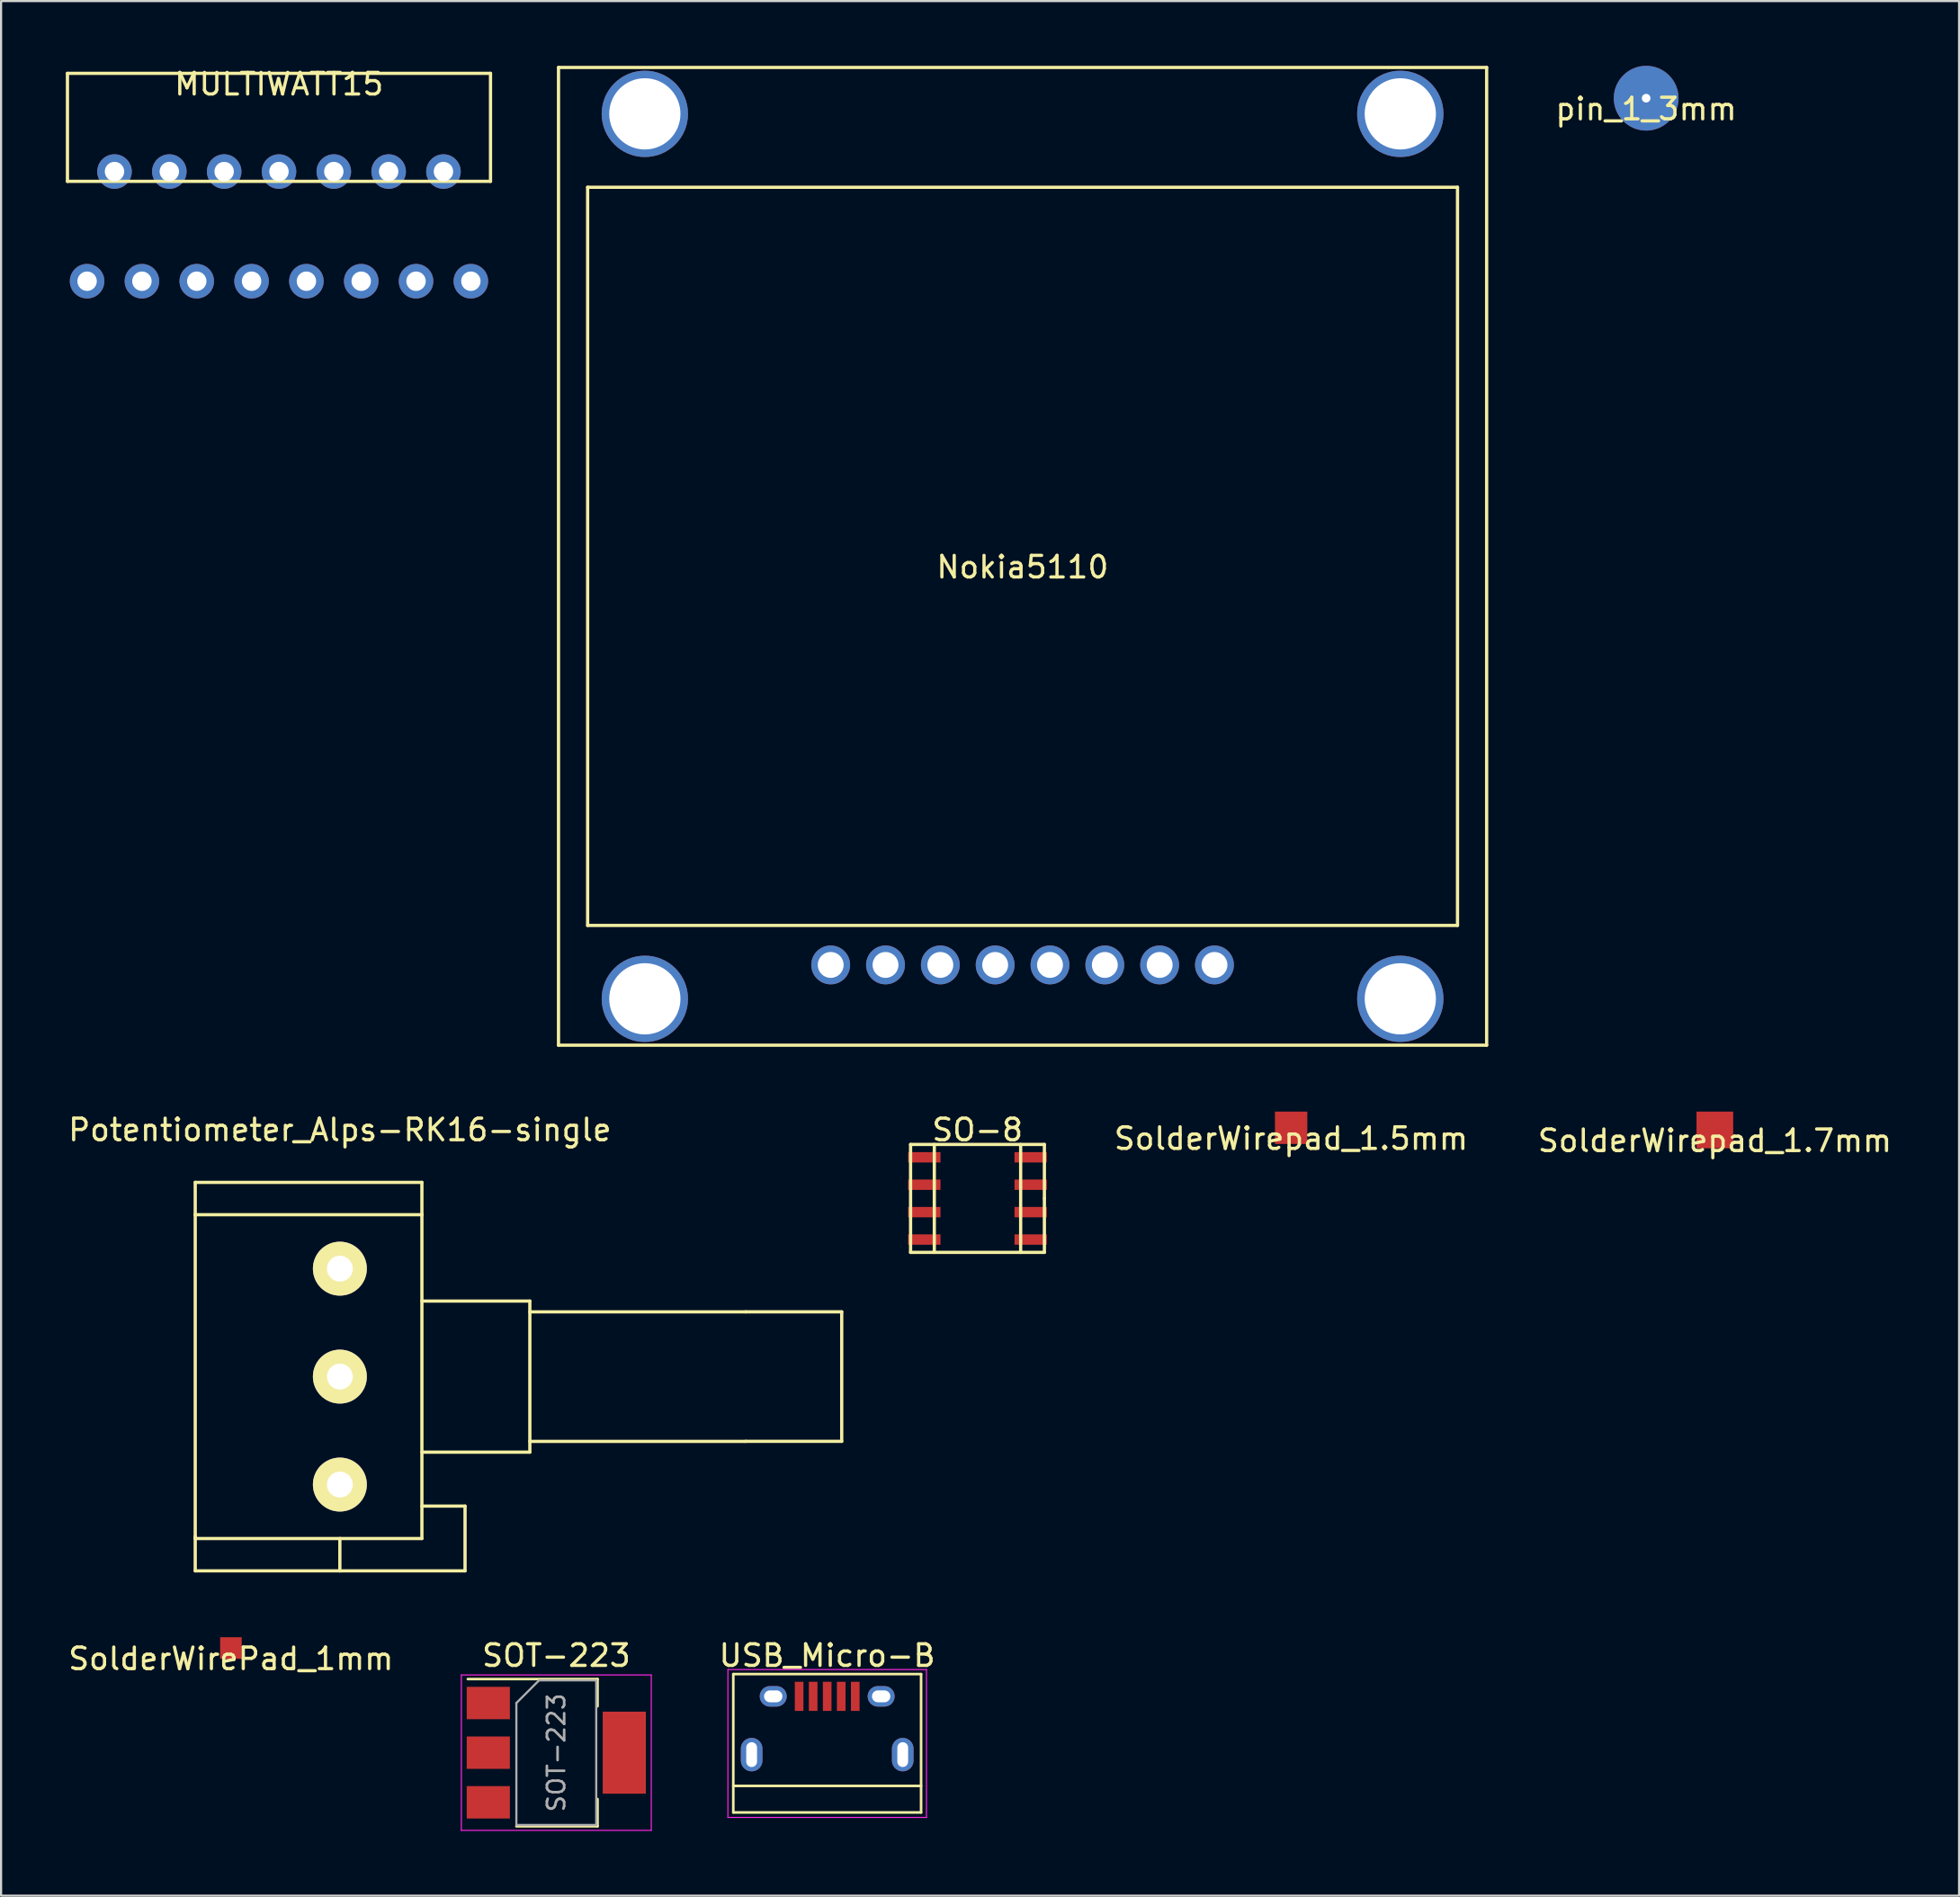
<source format=kicad_pcb>
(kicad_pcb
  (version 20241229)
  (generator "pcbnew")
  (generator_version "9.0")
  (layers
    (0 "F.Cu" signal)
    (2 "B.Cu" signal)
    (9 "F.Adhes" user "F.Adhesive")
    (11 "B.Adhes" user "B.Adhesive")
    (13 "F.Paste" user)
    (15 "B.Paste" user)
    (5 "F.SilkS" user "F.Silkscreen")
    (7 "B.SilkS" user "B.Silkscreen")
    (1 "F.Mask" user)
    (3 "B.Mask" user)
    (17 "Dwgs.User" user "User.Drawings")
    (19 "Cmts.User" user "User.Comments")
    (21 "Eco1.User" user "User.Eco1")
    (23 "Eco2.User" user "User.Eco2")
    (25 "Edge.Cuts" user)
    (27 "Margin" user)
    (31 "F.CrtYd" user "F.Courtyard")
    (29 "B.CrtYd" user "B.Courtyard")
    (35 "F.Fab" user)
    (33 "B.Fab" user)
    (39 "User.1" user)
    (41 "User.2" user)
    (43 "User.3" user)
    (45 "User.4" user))
  (footprint "SolderWirepad_1.5mm"
    (layer "F.Cu")
    (at 56.767 49.2)
    (property "Reference" "SolderWirepad_1.5mm" (at 0 0.5 0) (layer "F.SilkS") (effects (font (size 1 1) (thickness 0.15))))
    (attr through_hole)
    (pad "2" smd trapezoid (at 0 0) (size 1.5 1.5) (layers "F.Cu" "F.Mask" "F.Paste")))
  (footprint "SolderWirePad_1mm"
    (layer "F.Cu")
    (at 7.649 73.302)
    (property "Reference" "SolderWirePad_1mm" (at 0 0.5 0) (layer "F.SilkS") (effects (font (size 1 1) (thickness 0.15))))
    (attr through_hole)
    (pad "1" smd rect (at 0 0) (size 1 1) (layers "F.Cu" "F.Mask" "F.Paste")))
  (footprint "MULTIWATT15"
    (layer "F.Cu")
    (at 9.875 0.348)
    (property "Reference" "MULTIWATT15" (at 0 0.5 0) (layer "F.SilkS") (effects (font (size 1 1) (thickness 0.15))))
    (attr through_hole)
    (fp_line (start -9.8 0) (end 9.8 0) (stroke (width 0.15) (type solid)) (layer "F.SilkS"))
    (fp_line (start -9.8 5.004) (end -9.8 0) (stroke (width 0.15) (type solid)) (layer "F.SilkS"))
    (fp_line (start 9.8 0) (end 9.8 5.004) (stroke (width 0.15) (type solid)) (layer "F.SilkS"))
    (fp_line (start 9.8 5.004) (end -9.8 5.004) (stroke (width 0.15) (type solid)) (layer "F.SilkS"))
    (pad "1" thru_hole circle (at -8.89 9.63) (size 1.6 1.6) (drill 0.9) (layers "*.Cu" "*.Mask"))
    (pad "2" thru_hole circle (at -7.62 4.55) (size 1.6 1.6) (drill 0.9) (layers "*.Cu" "*.Mask"))
    (pad "3" thru_hole circle (at -6.35 9.63) (size 1.6 1.6) (drill 0.9) (layers "*.Cu" "*.Mask"))
    (pad "4" thru_hole circle (at -5.08 4.55) (size 1.6 1.6) (drill 0.9) (layers "*.Cu" "*.Mask"))
    (pad "5" thru_hole circle (at -3.81 9.63) (size 1.6 1.6) (drill 0.9) (layers "*.Cu" "*.Mask"))
    (pad "6" thru_hole circle (at -2.54 4.55) (size 1.6 1.6) (drill 0.9) (layers "*.Cu" "*.Mask"))
    (pad "7" thru_hole circle (at -1.27 9.63) (size 1.6 1.6) (drill 0.9) (layers "*.Cu" "*.Mask"))
    (pad "8" thru_hole circle (at 0 4.55) (size 1.6 1.6) (drill 0.9) (layers "*.Cu" "*.Mask"))
    (pad "9" thru_hole circle (at 1.27 9.63) (size 1.6 1.6) (drill 0.9) (layers "*.Cu" "*.Mask"))
    (pad "10" thru_hole circle (at 2.54 4.55) (size 1.6 1.6) (drill 0.9) (layers "*.Cu" "*.Mask"))
    (pad "11" thru_hole circle (at 3.81 9.63) (size 1.6 1.6) (drill 0.9) (layers "*.Cu" "*.Mask"))
    (pad "12" thru_hole circle (at 5.08 4.55) (size 1.6 1.6) (drill 0.9) (layers "*.Cu" "*.Mask"))
    (pad "13" thru_hole circle (at 6.35 9.63) (size 1.6 1.6) (drill 0.9) (layers "*.Cu" "*.Mask"))
    (pad "14" thru_hole circle (at 7.62 4.55) (size 1.6 1.6) (drill 0.9) (layers "*.Cu" "*.Mask"))
    (pad "15" thru_hole circle (at 8.89 9.63) (size 1.6 1.6) (drill 0.9) (layers "*.Cu" "*.Mask")))
  (footprint "SO-8"
    (layer "F.Cu")
    (at 42.186 52.523)
    (property "Reference" "SO-8" (at 0.05 -3.225 0) (layer "F.SilkS") (effects (font (size 1 1) (thickness 0.15))))
    (attr through_hole)
    (fp_line (start -3.05 -2.55) (end 3.15 -2.55) (stroke (width 0.15) (type solid)) (layer "F.SilkS"))
    (fp_line (start -3.05 2.45) (end -3.05 -2.55) (stroke (width 0.15) (type solid)) (layer "F.SilkS"))
    (fp_line (start -1.95 -2.55) (end -1.95 2.45) (stroke (width 0.15) (type solid)) (layer "F.SilkS"))
    (fp_line (start 2.05 -2.55) (end 2.05 2.45) (stroke (width 0.15) (type solid)) (layer "F.SilkS"))
    (fp_line (start 3.15 -2.55) (end 3.15 -0.05) (stroke (width 0.15) (type solid)) (layer "F.SilkS"))
    (fp_line (start 3.15 -0.05) (end 3.15 2.45) (stroke (width 0.15) (type solid)) (layer "F.SilkS"))
    (fp_line (start 3.15 2.45) (end -3.05 2.45) (stroke (width 0.15) (type solid)) (layer "F.SilkS"))
    (pad "1" smd rect (at -2.415 -1.955 270) (size 0.48 1.5) (layers "F.Cu" "F.Mask" "F.Paste"))
    (pad "2" smd rect (at -2.415 -0.685 270) (size 0.48 1.5) (layers "F.Cu" "F.Mask" "F.Paste"))
    (pad "3" smd rect (at -2.415 0.585 270) (size 0.48 1.5) (layers "F.Cu" "F.Mask" "F.Paste"))
    (pad "4" smd rect (at -2.415 1.855 270) (size 0.48 1.5) (layers "F.Cu" "F.Mask" "F.Paste"))
    (pad "5" smd rect (at 2.515 1.855 270) (size 0.48 1.5) (layers "F.Cu" "F.Mask" "F.Paste"))
    (pad "6" smd rect (at 2.515 0.585 270) (size 0.48 1.5) (layers "F.Cu" "F.Mask" "F.Paste"))
    (pad "7" smd rect (at 2.515 -0.685 270) (size 0.48 1.5) (layers "F.Cu" "F.Mask" "F.Paste"))
    (pad "8" smd rect (at 2.515 -1.955 270) (size 0.48 1.5) (layers "F.Cu" "F.Mask" "F.Paste")))
  (footprint "SOT-223"
    (layer "F.Cu")
    (at 22.723 78.151)
    (property "Reference" "SOT-223" (at 0 -4.5 0) (layer "F.SilkS") (effects (font (size 1 1) (thickness 0.15))))
    (attr smd)
    (fp_line (start -4.1 -3.41) (end 1.91 -3.41) (stroke (width 0.12) (type solid)) (layer "F.SilkS"))
    (fp_line (start -1.85 3.41) (end 1.91 3.41) (stroke (width 0.12) (type solid)) (layer "F.SilkS"))
    (fp_line (start 1.91 -3.41) (end 1.91 -2.15) (stroke (width 0.12) (type solid)) (layer "F.SilkS"))
    (fp_line (start 1.91 3.41) (end 1.91 2.15) (stroke (width 0.12) (type solid)) (layer "F.SilkS"))
    (fp_line (start -4.4 -3.6) (end -4.4 3.6) (stroke (width 0.05) (type solid)) (layer "F.CrtYd"))
    (fp_line (start -4.4 3.6) (end 4.4 3.6) (stroke (width 0.05) (type solid)) (layer "F.CrtYd"))
    (fp_line (start 4.4 -3.6) (end -4.4 -3.6) (stroke (width 0.05) (type solid)) (layer "F.CrtYd"))
    (fp_line (start 4.4 3.6) (end 4.4 -3.6) (stroke (width 0.05) (type solid)) (layer "F.CrtYd"))
    (fp_line (start -1.85 -2.3) (end -1.85 3.35) (stroke (width 0.1) (type solid)) (layer "F.Fab"))
    (fp_line (start -1.85 -2.3) (end -0.8 -3.35) (stroke (width 0.1) (type solid)) (layer "F.Fab"))
    (fp_line (start -1.85 3.35) (end 1.85 3.35) (stroke (width 0.1) (type solid)) (layer "F.Fab"))
    (fp_line (start -0.8 -3.35) (end 1.85 -3.35) (stroke (width 0.1) (type solid)) (layer "F.Fab"))
    (fp_line (start 1.85 -3.35) (end 1.85 3.35) (stroke (width 0.1) (type solid)) (layer "F.Fab"))
    (fp_text user "${REFERENCE}" (at 0 0 90) (layer "F.Fab") (effects (font (size 0.8 0.8) (thickness 0.12))))
    (pad "1" smd rect (at -3.15 -2.3) (size 2 1.5) (layers "F.Cu" "F.Mask" "F.Paste"))
    (pad "2" smd rect (at -3.15 0) (size 2 1.5) (layers "F.Cu" "F.Mask" "F.Paste"))
    (pad "3" smd rect (at -3.15 2.3) (size 2 1.5) (layers "F.Cu" "F.Mask" "F.Paste"))
    (pad "4" smd rect (at 3.15 0) (size 2 3.8) (layers "F.Cu" "F.Mask" "F.Paste")))
  (footprint "USB_Micro-B"
    (layer "F.Cu")
    (at 35.273 76.891)
    (property "Reference" "USB_Micro-B" (at 0 -3.24 0) (layer "F.SilkS") (effects (font (size 1 1) (thickness 0.15))))
    (attr smd)
    (fp_line (start -4.35 -2.38) (end 4.35 -2.38) (stroke (width 0.12) (type solid)) (layer "F.SilkS"))
    (fp_line (start -4.35 4.03) (end -4.35 -2.38) (stroke (width 0.12) (type solid)) (layer "F.SilkS"))
    (fp_line (start -4.35 4.03) (end 4.35 4.03) (stroke (width 0.12) (type solid)) (layer "F.SilkS"))
    (fp_line (start 4.35 -2.38) (end 4.35 4.03) (stroke (width 0.12) (type solid)) (layer "F.SilkS"))
    (fp_line (start 4.35 2.8) (end -4.35 2.8) (stroke (width 0.12) (type solid)) (layer "F.SilkS"))
    (fp_line (start -4.6 -2.59) (end 4.6 -2.59) (stroke (width 0.05) (type solid)) (layer "F.CrtYd"))
    (fp_line (start -4.6 4.26) (end -4.6 -2.59) (stroke (width 0.05) (type solid)) (layer "F.CrtYd"))
    (fp_line (start 4.6 -2.59) (end 4.6 4.26) (stroke (width 0.05) (type solid)) (layer "F.CrtYd"))
    (fp_line (start 4.6 4.26) (end -4.6 4.26) (stroke (width 0.05) (type solid)) (layer "F.CrtYd"))
    (pad "1" smd rect (at -1.3 -1.35 90) (size 1.35 0.4) (layers "F.Cu" "F.Mask" "F.Paste"))
    (pad "2" smd rect (at -0.65 -1.35 90) (size 1.35 0.4) (layers "F.Cu" "F.Mask" "F.Paste"))
    (pad "3" smd rect (at 0 -1.35 90) (size 1.35 0.4) (layers "F.Cu" "F.Mask" "F.Paste"))
    (pad "4" smd rect (at 0.65 -1.35 90) (size 1.35 0.4) (layers "F.Cu" "F.Mask" "F.Paste"))
    (pad "5" smd rect (at 1.3 -1.35 90) (size 1.35 0.4) (layers "F.Cu" "F.Mask" "F.Paste"))
    (pad "6" thru_hole oval (at -3.5 1.35 90) (size 1.55 1) (drill oval 1.15 0.5) (layers "*.Cu" "*.Mask"))
    (pad "6" thru_hole oval (at -2.5 -1.35 90) (size 0.95 1.25) (drill oval 0.55 0.85) (layers "*.Cu" "*.Mask"))
    (pad "6" thru_hole oval (at 2.5 -1.35 90) (size 0.95 1.25) (drill oval 0.55 0.85) (layers "*.Cu" "*.Mask"))
    (pad "6" thru_hole oval (at 3.5 1.35 90) (size 1.55 1) (drill oval 1.15 0.5) (layers "*.Cu" "*.Mask")))
  (footprint "SolderWirepad_1.7mm"
    (layer "F.Cu")
    (at 76.398 49.3)
    (property "Reference" "SolderWirepad_1.7mm" (at 0 0.5 0) (layer "F.SilkS") (effects (font (size 1 1) (thickness 0.15))))
    (attr through_hole)
    (pad "1" smd rect (at 0 0) (size 1.7 1.7) (layers "F.Cu" "F.Mask" "F.Paste")))
  (footprint "Potentiometer_Alps-RK16-single"
    (layer "F.Cu")
    (at 12.696 55.727)
    (property "Reference" "Potentiometer_Alps-RK16-single" (at 0 -6.429 0) (layer "F.SilkS") (effects (font (size 1 1) (thickness 0.15))))
    (attr through_hole)
    (fp_line (start -6.701 -3.998) (end -6.701 -2.499) (stroke (width 0.15) (type solid)) (layer "F.SilkS"))
    (fp_line (start -6.701 -2.499) (end -6.701 12.502) (stroke (width 0.15) (type solid)) (layer "F.SilkS"))
    (fp_line (start -6.701 12.502) (end 3.8 12.502) (stroke (width 0.15) (type solid)) (layer "F.SilkS"))
    (fp_line (start -6.701 14) (end -6.701 12.4) (stroke (width 0.15) (type solid)) (layer "F.SilkS"))
    (fp_line (start 0 14) (end -6.701 14) (stroke (width 0.15) (type solid)) (layer "F.SilkS"))
    (fp_line (start 0 14) (end 0 12.502) (stroke (width 0.15) (type solid)) (layer "F.SilkS"))
    (fp_line (start 3.8 -3.998) (end -6.701 -3.998) (stroke (width 0.15) (type solid)) (layer "F.SilkS"))
    (fp_line (start 3.8 -2.499) (end -6.701 -2.499) (stroke (width 0.15) (type solid)) (layer "F.SilkS"))
    (fp_line (start 3.8 -2.499) (end 3.8 -3.998) (stroke (width 0.15) (type solid)) (layer "F.SilkS"))
    (fp_line (start 3.8 1.501) (end 8.801 1.501) (stroke (width 0.15) (type solid)) (layer "F.SilkS"))
    (fp_line (start 3.8 11.001) (end 5.799 11.001) (stroke (width 0.15) (type solid)) (layer "F.SilkS"))
    (fp_line (start 3.8 12.502) (end 3.8 -2.499) (stroke (width 0.15) (type solid)) (layer "F.SilkS"))
    (fp_line (start 5.799 11.001) (end 5.799 14) (stroke (width 0.15) (type solid)) (layer "F.SilkS"))
    (fp_line (start 5.799 14) (end 0 14) (stroke (width 0.15) (type solid)) (layer "F.SilkS"))
    (fp_line (start 8.801 1.501) (end 8.801 8.501) (stroke (width 0.15) (type solid)) (layer "F.SilkS"))
    (fp_line (start 8.801 2.002) (end 18.801 2.002) (stroke (width 0.15) (type solid)) (layer "F.SilkS"))
    (fp_line (start 8.801 8.501) (end 3.8 8.501) (stroke (width 0.15) (type solid)) (layer "F.SilkS"))
    (fp_line (start 18.8 2) (end 23.25 2) (stroke (width 0.15) (type solid)) (layer "F.SilkS"))
    (fp_line (start 18.8 8) (end 23.25 8) (stroke (width 0.15) (type solid)) (layer "F.SilkS"))
    (fp_line (start 18.801 8.001) (end 8.801 8.001) (stroke (width 0.15) (type solid)) (layer "F.SilkS"))
    (fp_line (start 23.25 2) (end 23.25 8) (stroke (width 0.15) (type solid)) (layer "F.SilkS"))
    (pad "1" thru_hole circle (at 0 0) (size 2.499 2.499) (drill 1.199) (layers "*.Cu" "*.Mask" "F.SilkS"))
    (pad "2" thru_hole circle (at 0 5.001) (size 2.499 2.499) (drill 1.199) (layers "*.Cu" "*.Mask" "F.SilkS"))
    (pad "3" thru_hole circle (at 0 10.003) (size 2.499 2.499) (drill 1.199) (layers "*.Cu" "*.Mask" "F.SilkS")))
  (footprint "pin_1_3mm"
    (layer "F.Cu")
    (at 73.215 1.5)
    (property "Reference" "pin_1_3mm" (at 0 0.5 0) (layer "F.SilkS") (effects (font (size 1 1) (thickness 0.15))))
    (attr through_hole)
    (pad "1" thru_hole circle (at 0 0) (size 3 3) (drill 0.4) (layers "*.Cu" "*.Mask")))
  (footprint "Nokia5110"
    (layer "F.Cu")
    (at 44.325 22.725)
    (property "Reference" "Nokia5110" (at 0 0.5 0) (layer "F.SilkS") (effects (font (size 1 1) (thickness 0.15))))
    (attr through_hole)
    (fp_line (start -21.5 -22.65) (end 21.5 -22.65) (stroke (width 0.15) (type solid)) (layer "F.SilkS"))
    (fp_line (start -21.5 22.65) (end -21.5 -22.65) (stroke (width 0.15) (type solid)) (layer "F.SilkS"))
    (fp_line (start -20.15 -17.1) (end 20.15 -17.1) (stroke (width 0.15) (type solid)) (layer "F.SilkS"))
    (fp_line (start -20.15 17.1) (end -20.15 -17.1) (stroke (width 0.15) (type solid)) (layer "F.SilkS"))
    (fp_line (start 20.15 -17.1) (end 20.15 17.1) (stroke (width 0.15) (type solid)) (layer "F.SilkS"))
    (fp_line (start 20.15 17.1) (end -20.15 17.1) (stroke (width 0.15) (type solid)) (layer "F.SilkS"))
    (fp_line (start 21.5 -22.65) (end 21.5 22.65) (stroke (width 0.15) (type solid)) (layer "F.SilkS"))
    (fp_line (start 21.5 22.65) (end -21.5 22.65) (stroke (width 0.15) (type solid)) (layer "F.SilkS"))
    (pad "0" thru_hole circle (at -17.5 -20.5) (size 4 4) (drill 3.3) (layers "*.Cu" "*.Mask"))
    (pad "0" thru_hole circle (at -17.5 20.5) (size 4 4) (drill 3.3) (layers "*.Cu" "*.Mask"))
    (pad "0" thru_hole circle (at 17.5 -20.5) (size 4 4) (drill 3.3) (layers "*.Cu" "*.Mask"))
    (pad "0" thru_hole circle (at 17.5 20.5) (size 4 4) (drill 3.3) (layers "*.Cu" "*.Mask"))
    (pad "1" thru_hole circle (at -8.89 18.93) (size 1.8 1.8) (drill 1.2) (layers "*.Cu" "*.Mask"))
    (pad "2" thru_hole circle (at -6.35 18.93) (size 1.8 1.8) (drill 1.2) (layers "*.Cu" "*.Mask"))
    (pad "3" thru_hole circle (at -3.81 18.93) (size 1.8 1.8) (drill 1.2) (layers "*.Cu" "*.Mask"))
    (pad "4" thru_hole circle (at -1.27 18.93) (size 1.8 1.8) (drill 1.2) (layers "*.Cu" "*.Mask"))
    (pad "5" thru_hole circle (at 1.27 18.93) (size 1.8 1.8) (drill 1.2) (layers "*.Cu" "*.Mask"))
    (pad "6" thru_hole circle (at 3.81 18.93) (size 1.8 1.8) (drill 1.2) (layers "*.Cu" "*.Mask"))
    (pad "7" thru_hole circle (at 6.35 18.93) (size 1.8 1.8) (drill 1.2) (layers "*.Cu" "*.Mask"))
    (pad "8" thru_hole circle (at 8.89 18.93) (size 1.8 1.8) (drill 1.2) (layers "*.Cu" "*.Mask")))
  (gr_rect
    (start -3 -3)
    (end 87.713 84.776)
    (stroke (width 0.1) (type default))
    (fill no)
    (layer "Edge.Cuts")))
</source>
